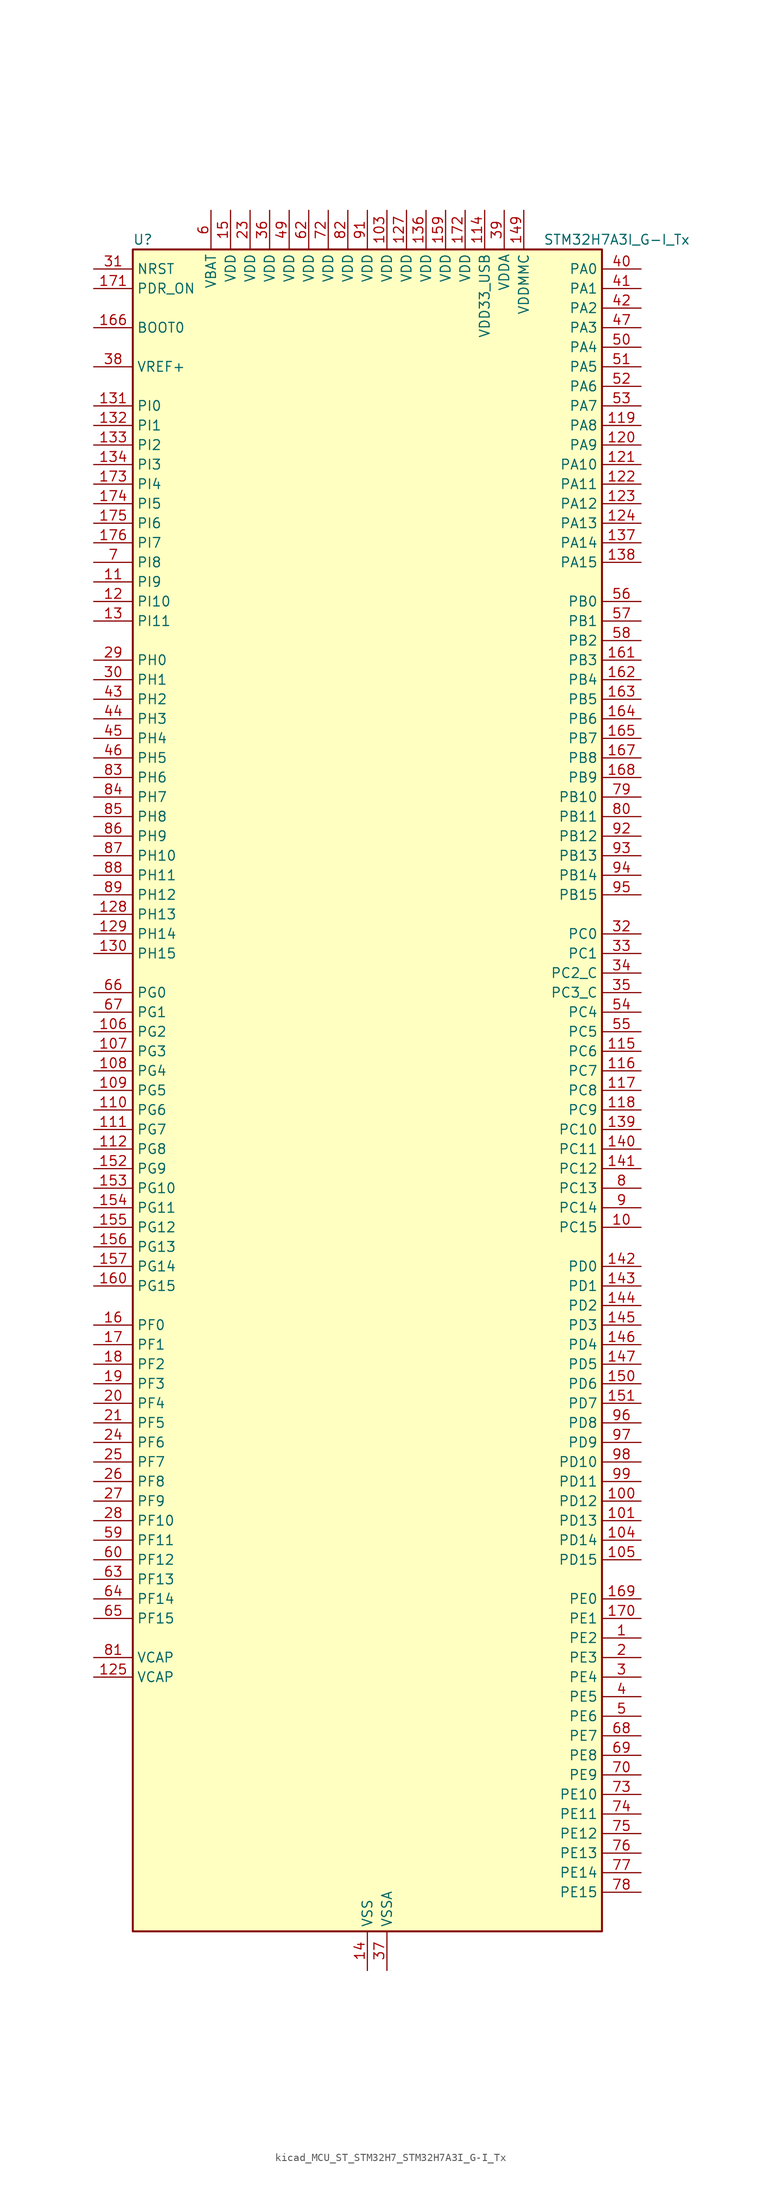
<source format=kicad_sym>
(kicad_symbol_lib
  (version 20220914)
  (generator kicad_symbol_editor)
  (symbol "kicad_MCU_ST_STM32H7_STM32H7A3I_G-I_Tx"
    (property "Reference" "U"
      (at -30.48 110.49 0)
      (effects (font (size 1.27 1.27)) (justify left)))
    (property "Value" "STM32H7A3I_G-I_Tx"
      (at 22.86 110.49 0)
      (effects (font (size 1.27 1.27)) (justify left)))
    (property "ki_locked" ""
      (at 0 0 0)
      (effects (font (size 1.27 1.27))))
    (symbol "kicad_MCU_ST_STM32H7_STM32H7A3I_G-I_Tx_0_1"
      (rectangle (start -30.48 -109.22) (end 30.48 109.22) (stroke (width 0.254) (type default)) (fill (type background))))
    (symbol "kicad_MCU_ST_STM32H7_STM32H7A3I_G-I_Tx_1_1"
      (pin bidirectional line (at 35.56 -71.12 180) (length 5.08) (name "PE2" (effects (font (size 1.27 1.27)))) (number "1" (effects (font (size 1.27 1.27)))) (alternate "DEBUG_TRACECLK" bidirectional line) (alternate "FMC_A23" bidirectional line) (alternate "OCTOSPIM_P1_IO2" bidirectional line) (alternate "SAI1_CK1" bidirectional line) (alternate "SAI1_MCLK_A" bidirectional line) (alternate "SPI4_SCK" bidirectional line) (alternate "USART10_RX" bidirectional line))
      (pin bidirectional line (at 35.56 -17.78 180) (length 5.08) (name "PC15" (effects (font (size 1.27 1.27)))) (number "10" (effects (font (size 1.27 1.27)))) (alternate "ADC1_EXTI15" bidirectional line) (alternate "ADC2_EXTI15" bidirectional line) (alternate "RCC_OSC32_OUT" bidirectional line))
      (pin bidirectional line (at 35.56 -53.34 180) (length 5.08) (name "PD12" (effects (font (size 1.27 1.27)))) (number "100" (effects (font (size 1.27 1.27)))) (alternate "DCMI_D12" bidirectional line) (alternate "FMC_A17" bidirectional line) (alternate "FMC_ALE" bidirectional line) (alternate "I2C4_SCL" bidirectional line) (alternate "LPTIM1_IN1" bidirectional line) (alternate "LPTIM2_IN1" bidirectional line) (alternate "OCTOSPIM_P1_IO1" bidirectional line) (alternate "PSSI_D12" bidirectional line) (alternate "SAI2_FS_A" bidirectional line) (alternate "TIM4_CH1" bidirectional line) (alternate "USART3_DE" bidirectional line) (alternate "USART3_RTS" bidirectional line))
      (pin bidirectional line (at 35.56 -55.88 180) (length 5.08) (name "PD13" (effects (font (size 1.27 1.27)))) (number "101" (effects (font (size 1.27 1.27)))) (alternate "DCMI_D13" bidirectional line) (alternate "FMC_A18" bidirectional line) (alternate "I2C4_SDA" bidirectional line) (alternate "LPTIM1_OUT" bidirectional line) (alternate "OCTOSPIM_P1_IO3" bidirectional line) (alternate "PSSI_D13" bidirectional line) (alternate "SAI2_SCK_A" bidirectional line) (alternate "TIM4_CH2" bidirectional line) (alternate "UART9_DE" bidirectional line) (alternate "UART9_RTS" bidirectional line))
      (pin passive line (at 0 -114.3 90) (length 5.08) hide (name "VSS" (effects (font (size 1.27 1.27)))) (number "102" (effects (font (size 1.27 1.27)))))
      (pin power_in line (at 2.54 114.3 270) (length 5.08) (name "VDD" (effects (font (size 1.27 1.27)))) (number "103" (effects (font (size 1.27 1.27)))))
      (pin bidirectional line (at 35.56 -58.42 180) (length 5.08) (name "PD14" (effects (font (size 1.27 1.27)))) (number "104" (effects (font (size 1.27 1.27)))) (alternate "FMC_D0" bidirectional line) (alternate "FMC_DA0" bidirectional line) (alternate "TIM4_CH3" bidirectional line) (alternate "UART8_CTS" bidirectional line) (alternate "UART9_RX" bidirectional line))
      (pin bidirectional line (at 35.56 -60.96 180) (length 5.08) (name "PD15" (effects (font (size 1.27 1.27)))) (number "105" (effects (font (size 1.27 1.27)))) (alternate "ADC1_EXTI15" bidirectional line) (alternate "ADC2_EXTI15" bidirectional line) (alternate "FMC_D1" bidirectional line) (alternate "FMC_DA1" bidirectional line) (alternate "TIM4_CH4" bidirectional line) (alternate "UART8_DE" bidirectional line) (alternate "UART8_RTS" bidirectional line) (alternate "UART9_TX" bidirectional line))
      (pin bidirectional line (at -35.56 7.62 0) (length 5.08) (name "PG2" (effects (font (size 1.27 1.27)))) (number "106" (effects (font (size 1.27 1.27)))) (alternate "FMC_A12" bidirectional line) (alternate "TIM8_BKIN" bidirectional line) (alternate "TIM8_BKIN_COMP1" bidirectional line) (alternate "TIM8_BKIN_COMP2" bidirectional line))
      (pin bidirectional line (at -35.56 5.08 0) (length 5.08) (name "PG3" (effects (font (size 1.27 1.27)))) (number "107" (effects (font (size 1.27 1.27)))) (alternate "FMC_A13" bidirectional line) (alternate "TIM8_BKIN2" bidirectional line) (alternate "TIM8_BKIN2_COMP1" bidirectional line) (alternate "TIM8_BKIN2_COMP2" bidirectional line))
      (pin bidirectional line (at -35.56 2.54 0) (length 5.08) (name "PG4" (effects (font (size 1.27 1.27)))) (number "108" (effects (font (size 1.27 1.27)))) (alternate "FMC_A14" bidirectional line) (alternate "FMC_BA0" bidirectional line) (alternate "TIM1_BKIN2" bidirectional line) (alternate "TIM1_BKIN2_COMP1" bidirectional line) (alternate "TIM1_BKIN2_COMP2" bidirectional line))
      (pin bidirectional line (at -35.56 0 0) (length 5.08) (name "PG5" (effects (font (size 1.27 1.27)))) (number "109" (effects (font (size 1.27 1.27)))) (alternate "FMC_A15" bidirectional line) (alternate "FMC_BA1" bidirectional line) (alternate "TIM1_ETR" bidirectional line))
      (pin bidirectional line (at -35.56 66.04 0) (length 5.08) (name "PI9" (effects (font (size 1.27 1.27)))) (number "11" (effects (font (size 1.27 1.27)))) (alternate "DAC1_EXTI9" bidirectional line) (alternate "FDCAN1_RX" bidirectional line) (alternate "FMC_D30" bidirectional line) (alternate "LTDC_VSYNC" bidirectional line) (alternate "OCTOSPIM_P2_IO0" bidirectional line) (alternate "UART4_RX" bidirectional line))
      (pin bidirectional line (at -35.56 -2.54 0) (length 5.08) (name "PG6" (effects (font (size 1.27 1.27)))) (number "110" (effects (font (size 1.27 1.27)))) (alternate "DCMI_D12" bidirectional line) (alternate "FMC_NE3" bidirectional line) (alternate "LTDC_R7" bidirectional line) (alternate "OCTOSPIM_P1_NCS" bidirectional line) (alternate "PSSI_D12" bidirectional line) (alternate "TIM17_BKIN" bidirectional line))
      (pin bidirectional line (at -35.56 -5.08 0) (length 5.08) (name "PG7" (effects (font (size 1.27 1.27)))) (number "111" (effects (font (size 1.27 1.27)))) (alternate "DCMI_D13" bidirectional line) (alternate "FMC_INT" bidirectional line) (alternate "LTDC_CLK" bidirectional line) (alternate "OCTOSPIM_P2_DQS" bidirectional line) (alternate "PSSI_D13" bidirectional line) (alternate "SAI1_MCLK_A" bidirectional line) (alternate "USART6_CK" bidirectional line))
      (pin bidirectional line (at -35.56 -7.62 0) (length 5.08) (name "PG8" (effects (font (size 1.27 1.27)))) (number "112" (effects (font (size 1.27 1.27)))) (alternate "FMC_SDCLK" bidirectional line) (alternate "I2S6_WS" bidirectional line) (alternate "LTDC_G7" bidirectional line) (alternate "SPDIFRX_IN2" bidirectional line) (alternate "SPI6_NSS" bidirectional line) (alternate "TIM8_ETR" bidirectional line) (alternate "USART6_DE" bidirectional line) (alternate "USART6_RTS" bidirectional line))
      (pin passive line (at 0 -114.3 90) (length 5.08) hide (name "VSS" (effects (font (size 1.27 1.27)))) (number "113" (effects (font (size 1.27 1.27)))))
      (pin power_in line (at 15.24 114.3 270) (length 5.08) (name "VDD33_USB" (effects (font (size 1.27 1.27)))) (number "114" (effects (font (size 1.27 1.27)))))
      (pin bidirectional line (at 35.56 5.08 180) (length 5.08) (name "PC6" (effects (font (size 1.27 1.27)))) (number "115" (effects (font (size 1.27 1.27)))) (alternate "DCMI_D0" bidirectional line) (alternate "DFSDM1_CKIN3" bidirectional line) (alternate "FMC_NWAIT" bidirectional line) (alternate "I2S2_MCK" bidirectional line) (alternate "LTDC_HSYNC" bidirectional line) (alternate "PSSI_D0" bidirectional line) (alternate "SDMMC1_D0DIR" bidirectional line) (alternate "SDMMC1_D6" bidirectional line) (alternate "SDMMC2_D6" bidirectional line) (alternate "SWPMI1_IO" bidirectional line) (alternate "TIM3_CH1" bidirectional line) (alternate "TIM8_CH1" bidirectional line) (alternate "USART6_TX" bidirectional line))
      (pin bidirectional line (at 35.56 2.54 180) (length 5.08) (name "PC7" (effects (font (size 1.27 1.27)))) (number "116" (effects (font (size 1.27 1.27)))) (alternate "DCMI_D1" bidirectional line) (alternate "DEBUG_TRGIO" bidirectional line) (alternate "DFSDM1_DATIN3" bidirectional line) (alternate "FMC_NE1" bidirectional line) (alternate "I2S3_MCK" bidirectional line) (alternate "LTDC_G6" bidirectional line) (alternate "PSSI_D1" bidirectional line) (alternate "SDMMC1_D123DIR" bidirectional line) (alternate "SDMMC1_D7" bidirectional line) (alternate "SDMMC2_D7" bidirectional line) (alternate "SWPMI1_TX" bidirectional line) (alternate "TIM3_CH2" bidirectional line) (alternate "TIM8_CH2" bidirectional line) (alternate "USART6_RX" bidirectional line))
      (pin bidirectional line (at 35.56 0 180) (length 5.08) (name "PC8" (effects (font (size 1.27 1.27)))) (number "117" (effects (font (size 1.27 1.27)))) (alternate "DCMI_D2" bidirectional line) (alternate "DEBUG_TRACED1" bidirectional line) (alternate "FMC_INT" bidirectional line) (alternate "FMC_NCE" bidirectional line) (alternate "FMC_NE2" bidirectional line) (alternate "PSSI_D2" bidirectional line) (alternate "SDMMC1_D0" bidirectional line) (alternate "SWPMI1_RX" bidirectional line) (alternate "TIM3_CH3" bidirectional line) (alternate "TIM8_CH3" bidirectional line) (alternate "UART5_DE" bidirectional line) (alternate "UART5_RTS" bidirectional line) (alternate "USART6_CK" bidirectional line))
      (pin bidirectional line (at 35.56 -2.54 180) (length 5.08) (name "PC9" (effects (font (size 1.27 1.27)))) (number "118" (effects (font (size 1.27 1.27)))) (alternate "DAC1_EXTI9" bidirectional line) (alternate "DCMI_D3" bidirectional line) (alternate "I2C3_SDA" bidirectional line) (alternate "I2S_CKIN" bidirectional line) (alternate "LTDC_B2" bidirectional line) (alternate "LTDC_G3" bidirectional line) (alternate "OCTOSPIM_P1_IO0" bidirectional line) (alternate "PSSI_D3" bidirectional line) (alternate "RCC_MCO_2" bidirectional line) (alternate "SDMMC1_D1" bidirectional line) (alternate "SWPMI1_SUSPEND" bidirectional line) (alternate "TIM3_CH4" bidirectional line) (alternate "TIM8_CH4" bidirectional line) (alternate "UART5_CTS" bidirectional line))
      (pin bidirectional line (at 35.56 86.36 180) (length 5.08) (name "PA8" (effects (font (size 1.27 1.27)))) (number "119" (effects (font (size 1.27 1.27)))) (alternate "I2C3_SCL" bidirectional line) (alternate "LTDC_B3" bidirectional line) (alternate "LTDC_R6" bidirectional line) (alternate "RCC_MCO_1" bidirectional line) (alternate "TIM1_CH1" bidirectional line) (alternate "TIM8_BKIN2" bidirectional line) (alternate "TIM8_BKIN2_COMP1" bidirectional line) (alternate "TIM8_BKIN2_COMP2" bidirectional line) (alternate "UART7_RX" bidirectional line) (alternate "USART1_CK" bidirectional line) (alternate "USB_OTG_HS_SOF" bidirectional line))
      (pin bidirectional line (at -35.56 63.5 0) (length 5.08) (name "PI10" (effects (font (size 1.27 1.27)))) (number "12" (effects (font (size 1.27 1.27)))) (alternate "FMC_D31" bidirectional line) (alternate "LTDC_HSYNC" bidirectional line) (alternate "OCTOSPIM_P2_IO1" bidirectional line) (alternate "PSSI_D14" bidirectional line))
      (pin bidirectional line (at 35.56 83.82 180) (length 5.08) (name "PA9" (effects (font (size 1.27 1.27)))) (number "120" (effects (font (size 1.27 1.27)))) (alternate "DAC1_EXTI9" bidirectional line) (alternate "DCMI_D0" bidirectional line) (alternate "I2C3_SMBA" bidirectional line) (alternate "I2S2_CK" bidirectional line) (alternate "LPUART1_TX" bidirectional line) (alternate "LTDC_R5" bidirectional line) (alternate "PSSI_D0" bidirectional line) (alternate "SPI2_SCK" bidirectional line) (alternate "TIM1_CH2" bidirectional line) (alternate "USART1_TX" bidirectional line) (alternate "USB_OTG_HS_VBUS" bidirectional line))
      (pin bidirectional line (at 35.56 81.28 180) (length 5.08) (name "PA10" (effects (font (size 1.27 1.27)))) (number "121" (effects (font (size 1.27 1.27)))) (alternate "DCMI_D1" bidirectional line) (alternate "LPUART1_RX" bidirectional line) (alternate "LTDC_B1" bidirectional line) (alternate "LTDC_B4" bidirectional line) (alternate "MDIOS_MDIO" bidirectional line) (alternate "PSSI_D1" bidirectional line) (alternate "TIM1_CH3" bidirectional line) (alternate "USART1_RX" bidirectional line) (alternate "USB_OTG_HS_ID" bidirectional line))
      (pin bidirectional line (at 35.56 78.74 180) (length 5.08) (name "PA11" (effects (font (size 1.27 1.27)))) (number "122" (effects (font (size 1.27 1.27)))) (alternate "ADC1_EXTI11" bidirectional line) (alternate "ADC2_EXTI11" bidirectional line) (alternate "FDCAN1_RX" bidirectional line) (alternate "I2S2_WS" bidirectional line) (alternate "LPUART1_CTS" bidirectional line) (alternate "LTDC_R4" bidirectional line) (alternate "SPI2_NSS" bidirectional line) (alternate "TIM1_CH4" bidirectional line) (alternate "UART4_RX" bidirectional line) (alternate "USART1_CTS" bidirectional line) (alternate "USART1_NSS" bidirectional line) (alternate "USB_OTG_HS_DM" bidirectional line))
      (pin bidirectional line (at 35.56 76.2 180) (length 5.08) (name "PA12" (effects (font (size 1.27 1.27)))) (number "123" (effects (font (size 1.27 1.27)))) (alternate "FDCAN1_TX" bidirectional line) (alternate "I2S2_CK" bidirectional line) (alternate "LPUART1_DE" bidirectional line) (alternate "LPUART1_RTS" bidirectional line) (alternate "LTDC_R5" bidirectional line) (alternate "SAI2_FS_B" bidirectional line) (alternate "SPI2_SCK" bidirectional line) (alternate "TIM1_ETR" bidirectional line) (alternate "UART4_TX" bidirectional line) (alternate "USART1_DE" bidirectional line) (alternate "USART1_RTS" bidirectional line) (alternate "USB_OTG_HS_DP" bidirectional line))
      (pin bidirectional line (at 35.56 73.66 180) (length 5.08) (name "PA13" (effects (font (size 1.27 1.27)))) (number "124" (effects (font (size 1.27 1.27)))) (alternate "DEBUG_JTMS-SWDIO" bidirectional line))
      (pin power_out line (at -35.56 -76.2 0) (length 5.08) (name "VCAP" (effects (font (size 1.27 1.27)))) (number "125" (effects (font (size 1.27 1.27)))))
      (pin passive line (at 0 -114.3 90) (length 5.08) hide (name "VSS" (effects (font (size 1.27 1.27)))) (number "126" (effects (font (size 1.27 1.27)))))
      (pin power_in line (at 5.08 114.3 270) (length 5.08) (name "VDD" (effects (font (size 1.27 1.27)))) (number "127" (effects (font (size 1.27 1.27)))))
      (pin bidirectional line (at -35.56 22.86 0) (length 5.08) (name "PH13" (effects (font (size 1.27 1.27)))) (number "128" (effects (font (size 1.27 1.27)))) (alternate "FDCAN1_TX" bidirectional line) (alternate "FMC_D21" bidirectional line) (alternate "LTDC_G2" bidirectional line) (alternate "TIM8_CH1N" bidirectional line) (alternate "UART4_TX" bidirectional line))
      (pin bidirectional line (at -35.56 20.32 0) (length 5.08) (name "PH14" (effects (font (size 1.27 1.27)))) (number "129" (effects (font (size 1.27 1.27)))) (alternate "DCMI_D4" bidirectional line) (alternate "FDCAN1_RX" bidirectional line) (alternate "FMC_D22" bidirectional line) (alternate "LTDC_G3" bidirectional line) (alternate "PSSI_D4" bidirectional line) (alternate "TIM8_CH2N" bidirectional line) (alternate "UART4_RX" bidirectional line))
      (pin bidirectional line (at -35.56 60.96 0) (length 5.08) (name "PI11" (effects (font (size 1.27 1.27)))) (number "13" (effects (font (size 1.27 1.27)))) (alternate "ADC1_EXTI11" bidirectional line) (alternate "ADC2_EXTI11" bidirectional line) (alternate "LTDC_G6" bidirectional line) (alternate "OCTOSPIM_P2_IO2" bidirectional line) (alternate "PSSI_D15" bidirectional line) (alternate "PWR_WKUP5" bidirectional line) (alternate "USB_OTG_HS_ULPI_DIR" bidirectional line))
      (pin bidirectional line (at -35.56 17.78 0) (length 5.08) (name "PH15" (effects (font (size 1.27 1.27)))) (number "130" (effects (font (size 1.27 1.27)))) (alternate "ADC1_EXTI15" bidirectional line) (alternate "ADC2_EXTI15" bidirectional line) (alternate "DCMI_D11" bidirectional line) (alternate "FMC_D23" bidirectional line) (alternate "LTDC_G4" bidirectional line) (alternate "PSSI_D11" bidirectional line) (alternate "TIM8_CH3N" bidirectional line))
      (pin bidirectional line (at -35.56 88.9 0) (length 5.08) (name "PI0" (effects (font (size 1.27 1.27)))) (number "131" (effects (font (size 1.27 1.27)))) (alternate "DCMI_D13" bidirectional line) (alternate "FMC_D24" bidirectional line) (alternate "I2S2_WS" bidirectional line) (alternate "LTDC_G5" bidirectional line) (alternate "PSSI_D13" bidirectional line) (alternate "SPI2_NSS" bidirectional line) (alternate "TIM5_CH4" bidirectional line))
      (pin bidirectional line (at -35.56 86.36 0) (length 5.08) (name "PI1" (effects (font (size 1.27 1.27)))) (number "132" (effects (font (size 1.27 1.27)))) (alternate "DCMI_D8" bidirectional line) (alternate "FMC_D25" bidirectional line) (alternate "I2S2_CK" bidirectional line) (alternate "LTDC_G6" bidirectional line) (alternate "PSSI_D8" bidirectional line) (alternate "SPI2_SCK" bidirectional line) (alternate "TIM8_BKIN2" bidirectional line) (alternate "TIM8_BKIN2_COMP1" bidirectional line) (alternate "TIM8_BKIN2_COMP2" bidirectional line))
      (pin bidirectional line (at -35.56 83.82 0) (length 5.08) (name "PI2" (effects (font (size 1.27 1.27)))) (number "133" (effects (font (size 1.27 1.27)))) (alternate "DCMI_D9" bidirectional line) (alternate "FMC_D26" bidirectional line) (alternate "I2S2_SDI" bidirectional line) (alternate "LTDC_G7" bidirectional line) (alternate "PSSI_D9" bidirectional line) (alternate "SPI2_MISO" bidirectional line) (alternate "TIM8_CH4" bidirectional line))
      (pin bidirectional line (at -35.56 81.28 0) (length 5.08) (name "PI3" (effects (font (size 1.27 1.27)))) (number "134" (effects (font (size 1.27 1.27)))) (alternate "DCMI_D10" bidirectional line) (alternate "FMC_D27" bidirectional line) (alternate "I2S2_SDO" bidirectional line) (alternate "PSSI_D10" bidirectional line) (alternate "SPI2_MOSI" bidirectional line) (alternate "TIM8_ETR" bidirectional line))
      (pin passive line (at 0 -114.3 90) (length 5.08) hide (name "VSS" (effects (font (size 1.27 1.27)))) (number "135" (effects (font (size 1.27 1.27)))))
      (pin power_in line (at 7.62 114.3 270) (length 5.08) (name "VDD" (effects (font (size 1.27 1.27)))) (number "136" (effects (font (size 1.27 1.27)))))
      (pin bidirectional line (at 35.56 71.12 180) (length 5.08) (name "PA14" (effects (font (size 1.27 1.27)))) (number "137" (effects (font (size 1.27 1.27)))) (alternate "DEBUG_JTCK-SWCLK" bidirectional line))
      (pin bidirectional line (at 35.56 68.58 180) (length 5.08) (name "PA15" (effects (font (size 1.27 1.27)))) (number "138" (effects (font (size 1.27 1.27)))) (alternate "ADC1_EXTI15" bidirectional line) (alternate "ADC2_EXTI15" bidirectional line) (alternate "CEC" bidirectional line) (alternate "DEBUG_JTDI" bidirectional line) (alternate "I2S1_WS" bidirectional line) (alternate "I2S3_WS" bidirectional line) (alternate "I2S6_WS" bidirectional line) (alternate "LTDC_B6" bidirectional line) (alternate "LTDC_R3" bidirectional line) (alternate "SPI1_NSS" bidirectional line) (alternate "SPI3_NSS" bidirectional line) (alternate "SPI6_NSS" bidirectional line) (alternate "TIM2_CH1" bidirectional line) (alternate "TIM2_ETR" bidirectional line) (alternate "UART4_DE" bidirectional line) (alternate "UART4_RTS" bidirectional line) (alternate "UART7_TX" bidirectional line))
      (pin bidirectional line (at 35.56 -5.08 180) (length 5.08) (name "PC10" (effects (font (size 1.27 1.27)))) (number "139" (effects (font (size 1.27 1.27)))) (alternate "DCMI_D8" bidirectional line) (alternate "DFSDM1_CKIN5" bidirectional line) (alternate "DFSDM2_CKIN0" bidirectional line) (alternate "I2S3_CK" bidirectional line) (alternate "LTDC_B1" bidirectional line) (alternate "LTDC_R2" bidirectional line) (alternate "OCTOSPIM_P1_IO1" bidirectional line) (alternate "PSSI_D8" bidirectional line) (alternate "SDMMC1_D2" bidirectional line) (alternate "SPI3_SCK" bidirectional line) (alternate "SWPMI1_RX" bidirectional line) (alternate "UART4_TX" bidirectional line) (alternate "USART3_TX" bidirectional line))
      (pin power_in line (at 0 -114.3 90) (length 5.08) (name "VSS" (effects (font (size 1.27 1.27)))) (number "14" (effects (font (size 1.27 1.27)))))
      (pin bidirectional line (at 35.56 -7.62 180) (length 5.08) (name "PC11" (effects (font (size 1.27 1.27)))) (number "140" (effects (font (size 1.27 1.27)))) (alternate "ADC1_EXTI11" bidirectional line) (alternate "ADC2_EXTI11" bidirectional line) (alternate "DCMI_D4" bidirectional line) (alternate "DFSDM1_DATIN5" bidirectional line) (alternate "DFSDM2_DATIN0" bidirectional line) (alternate "I2S3_SDI" bidirectional line) (alternate "LTDC_B4" bidirectional line) (alternate "OCTOSPIM_P1_NCS" bidirectional line) (alternate "PSSI_D4" bidirectional line) (alternate "SDMMC1_D3" bidirectional line) (alternate "SPI3_MISO" bidirectional line) (alternate "UART4_RX" bidirectional line) (alternate "USART3_RX" bidirectional line))
      (pin bidirectional line (at 35.56 -10.16 180) (length 5.08) (name "PC12" (effects (font (size 1.27 1.27)))) (number "141" (effects (font (size 1.27 1.27)))) (alternate "DCMI_D9" bidirectional line) (alternate "DEBUG_TRACED3" bidirectional line) (alternate "DFSDM2_CKOUT" bidirectional line) (alternate "I2S3_SDO" bidirectional line) (alternate "I2S6_CK" bidirectional line) (alternate "LTDC_R6" bidirectional line) (alternate "PSSI_D9" bidirectional line) (alternate "SDMMC1_CK" bidirectional line) (alternate "SPI3_MOSI" bidirectional line) (alternate "SPI6_SCK" bidirectional line) (alternate "TIM15_CH1" bidirectional line) (alternate "UART5_TX" bidirectional line) (alternate "USART3_CK" bidirectional line))
      (pin bidirectional line (at 35.56 -22.86 180) (length 5.08) (name "PD0" (effects (font (size 1.27 1.27)))) (number "142" (effects (font (size 1.27 1.27)))) (alternate "DFSDM1_CKIN6" bidirectional line) (alternate "FDCAN1_RX" bidirectional line) (alternate "FMC_D2" bidirectional line) (alternate "FMC_DA2" bidirectional line) (alternate "LTDC_B1" bidirectional line) (alternate "UART4_RX" bidirectional line) (alternate "UART9_CTS" bidirectional line))
      (pin bidirectional line (at 35.56 -25.4 180) (length 5.08) (name "PD1" (effects (font (size 1.27 1.27)))) (number "143" (effects (font (size 1.27 1.27)))) (alternate "DFSDM1_DATIN6" bidirectional line) (alternate "FDCAN1_TX" bidirectional line) (alternate "FMC_D3" bidirectional line) (alternate "FMC_DA3" bidirectional line) (alternate "UART4_TX" bidirectional line))
      (pin bidirectional line (at 35.56 -27.94 180) (length 5.08) (name "PD2" (effects (font (size 1.27 1.27)))) (number "144" (effects (font (size 1.27 1.27)))) (alternate "DCMI_D11" bidirectional line) (alternate "DEBUG_TRACED2" bidirectional line) (alternate "LTDC_B2" bidirectional line) (alternate "LTDC_B7" bidirectional line) (alternate "PSSI_D11" bidirectional line) (alternate "SDMMC1_CMD" bidirectional line) (alternate "TIM15_BKIN" bidirectional line) (alternate "TIM3_ETR" bidirectional line) (alternate "UART5_RX" bidirectional line))
      (pin bidirectional line (at 35.56 -30.48 180) (length 5.08) (name "PD3" (effects (font (size 1.27 1.27)))) (number "145" (effects (font (size 1.27 1.27)))) (alternate "DCMI_D5" bidirectional line) (alternate "DFSDM1_CKOUT" bidirectional line) (alternate "FMC_CLK" bidirectional line) (alternate "I2S2_CK" bidirectional line) (alternate "LTDC_G7" bidirectional line) (alternate "PSSI_D5" bidirectional line) (alternate "SPI2_SCK" bidirectional line) (alternate "USART2_CTS" bidirectional line) (alternate "USART2_NSS" bidirectional line))
      (pin bidirectional line (at 35.56 -33.02 180) (length 5.08) (name "PD4" (effects (font (size 1.27 1.27)))) (number "146" (effects (font (size 1.27 1.27)))) (alternate "FMC_NOE" bidirectional line) (alternate "OCTOSPIM_P1_IO4" bidirectional line) (alternate "USART2_DE" bidirectional line) (alternate "USART2_RTS" bidirectional line))
      (pin bidirectional line (at 35.56 -35.56 180) (length 5.08) (name "PD5" (effects (font (size 1.27 1.27)))) (number "147" (effects (font (size 1.27 1.27)))) (alternate "FMC_NWE" bidirectional line) (alternate "OCTOSPIM_P1_IO5" bidirectional line) (alternate "USART2_TX" bidirectional line))
      (pin passive line (at 0 -114.3 90) (length 5.08) hide (name "VSS" (effects (font (size 1.27 1.27)))) (number "148" (effects (font (size 1.27 1.27)))))
      (pin power_in line (at 20.32 114.3 270) (length 5.08) (name "VDDMMC" (effects (font (size 1.27 1.27)))) (number "149" (effects (font (size 1.27 1.27)))))
      (pin power_in line (at -17.78 114.3 270) (length 5.08) (name "VDD" (effects (font (size 1.27 1.27)))) (number "15" (effects (font (size 1.27 1.27)))))
      (pin bidirectional line (at 35.56 -38.1 180) (length 5.08) (name "PD6" (effects (font (size 1.27 1.27)))) (number "150" (effects (font (size 1.27 1.27)))) (alternate "DCMI_D10" bidirectional line) (alternate "DFSDM1_CKIN4" bidirectional line) (alternate "DFSDM1_DATIN1" bidirectional line) (alternate "FMC_NWAIT" bidirectional line) (alternate "I2S3_SDO" bidirectional line) (alternate "LTDC_B2" bidirectional line) (alternate "OCTOSPIM_P1_IO6" bidirectional line) (alternate "PSSI_D10" bidirectional line) (alternate "SAI1_D1" bidirectional line) (alternate "SAI1_SD_A" bidirectional line) (alternate "SDMMC2_CK" bidirectional line) (alternate "SPI3_MOSI" bidirectional line) (alternate "USART2_RX" bidirectional line))
      (pin bidirectional line (at 35.56 -40.64 180) (length 5.08) (name "PD7" (effects (font (size 1.27 1.27)))) (number "151" (effects (font (size 1.27 1.27)))) (alternate "DFSDM1_CKIN1" bidirectional line) (alternate "DFSDM1_DATIN4" bidirectional line) (alternate "FMC_NE1" bidirectional line) (alternate "I2S1_SDO" bidirectional line) (alternate "OCTOSPIM_P1_IO7" bidirectional line) (alternate "SDMMC2_CMD" bidirectional line) (alternate "SPDIFRX_IN0" bidirectional line) (alternate "SPI1_MOSI" bidirectional line) (alternate "USART2_CK" bidirectional line))
      (pin bidirectional line (at -35.56 -10.16 0) (length 5.08) (name "PG9" (effects (font (size 1.27 1.27)))) (number "152" (effects (font (size 1.27 1.27)))) (alternate "DAC1_EXTI9" bidirectional line) (alternate "DCMI_VSYNC" bidirectional line) (alternate "FMC_NCE" bidirectional line) (alternate "FMC_NE2" bidirectional line) (alternate "I2S1_SDI" bidirectional line) (alternate "OCTOSPIM_P1_IO6" bidirectional line) (alternate "PSSI_RDY" bidirectional line) (alternate "SAI2_FS_B" bidirectional line) (alternate "SDMMC2_D0" bidirectional line) (alternate "SPDIFRX_IN3" bidirectional line) (alternate "SPI1_MISO" bidirectional line) (alternate "USART6_RX" bidirectional line))
      (pin bidirectional line (at -35.56 -12.7 0) (length 5.08) (name "PG10" (effects (font (size 1.27 1.27)))) (number "153" (effects (font (size 1.27 1.27)))) (alternate "DCMI_D2" bidirectional line) (alternate "FMC_NE3" bidirectional line) (alternate "I2S1_WS" bidirectional line) (alternate "LTDC_B2" bidirectional line) (alternate "LTDC_G3" bidirectional line) (alternate "OCTOSPIM_P2_IO6" bidirectional line) (alternate "PSSI_D2" bidirectional line) (alternate "SAI2_SD_B" bidirectional line) (alternate "SDMMC2_D1" bidirectional line) (alternate "SPI1_NSS" bidirectional line))
      (pin bidirectional line (at -35.56 -15.24 0) (length 5.08) (name "PG11" (effects (font (size 1.27 1.27)))) (number "154" (effects (font (size 1.27 1.27)))) (alternate "ADC1_EXTI11" bidirectional line) (alternate "ADC2_EXTI11" bidirectional line) (alternate "DCMI_D3" bidirectional line) (alternate "I2S1_CK" bidirectional line) (alternate "LPTIM1_IN2" bidirectional line) (alternate "LTDC_B3" bidirectional line) (alternate "OCTOSPIM_P2_IO7" bidirectional line) (alternate "PSSI_D3" bidirectional line) (alternate "SDMMC2_D2" bidirectional line) (alternate "SPDIFRX_IN0" bidirectional line) (alternate "SPI1_SCK" bidirectional line) (alternate "USART10_RX" bidirectional line))
      (pin bidirectional line (at -35.56 -17.78 0) (length 5.08) (name "PG12" (effects (font (size 1.27 1.27)))) (number "155" (effects (font (size 1.27 1.27)))) (alternate "FMC_NE4" bidirectional line) (alternate "I2S6_SDI" bidirectional line) (alternate "LPTIM1_IN1" bidirectional line) (alternate "LTDC_B1" bidirectional line) (alternate "LTDC_B4" bidirectional line) (alternate "OCTOSPIM_P2_NCS" bidirectional line) (alternate "SDMMC2_D3" bidirectional line) (alternate "SPDIFRX_IN1" bidirectional line) (alternate "SPI6_MISO" bidirectional line) (alternate "USART10_TX" bidirectional line) (alternate "USART6_DE" bidirectional line) (alternate "USART6_RTS" bidirectional line))
      (pin bidirectional line (at -35.56 -20.32 0) (length 5.08) (name "PG13" (effects (font (size 1.27 1.27)))) (number "156" (effects (font (size 1.27 1.27)))) (alternate "DEBUG_TRACED0" bidirectional line) (alternate "FMC_A24" bidirectional line) (alternate "I2S6_CK" bidirectional line) (alternate "LPTIM1_OUT" bidirectional line) (alternate "LTDC_R0" bidirectional line) (alternate "SDMMC2_D6" bidirectional line) (alternate "SPI6_SCK" bidirectional line) (alternate "USART10_CTS" bidirectional line) (alternate "USART10_NSS" bidirectional line) (alternate "USART6_CTS" bidirectional line) (alternate "USART6_NSS" bidirectional line))
      (pin bidirectional line (at -35.56 -22.86 0) (length 5.08) (name "PG14" (effects (font (size 1.27 1.27)))) (number "157" (effects (font (size 1.27 1.27)))) (alternate "DEBUG_TRACED1" bidirectional line) (alternate "FMC_A25" bidirectional line) (alternate "I2S6_SDO" bidirectional line) (alternate "LPTIM1_ETR" bidirectional line) (alternate "LTDC_B0" bidirectional line) (alternate "OCTOSPIM_P1_IO7" bidirectional line) (alternate "SDMMC2_D7" bidirectional line) (alternate "SPI6_MOSI" bidirectional line) (alternate "USART10_DE" bidirectional line) (alternate "USART10_RTS" bidirectional line) (alternate "USART6_TX" bidirectional line))
      (pin passive line (at 0 -114.3 90) (length 5.08) hide (name "VSS" (effects (font (size 1.27 1.27)))) (number "158" (effects (font (size 1.27 1.27)))))
      (pin power_in line (at 10.16 114.3 270) (length 5.08) (name "VDD" (effects (font (size 1.27 1.27)))) (number "159" (effects (font (size 1.27 1.27)))))
      (pin bidirectional line (at -35.56 -30.48 0) (length 5.08) (name "PF0" (effects (font (size 1.27 1.27)))) (number "16" (effects (font (size 1.27 1.27)))) (alternate "FMC_A0" bidirectional line) (alternate "I2C2_SDA" bidirectional line) (alternate "OCTOSPIM_P2_IO0" bidirectional line))
      (pin bidirectional line (at -35.56 -25.4 0) (length 5.08) (name "PG15" (effects (font (size 1.27 1.27)))) (number "160" (effects (font (size 1.27 1.27)))) (alternate "ADC1_EXTI15" bidirectional line) (alternate "ADC2_EXTI15" bidirectional line) (alternate "DCMI_D13" bidirectional line) (alternate "FMC_SDNCAS" bidirectional line) (alternate "OCTOSPIM_P2_DQS" bidirectional line) (alternate "PSSI_D13" bidirectional line) (alternate "USART10_CK" bidirectional line) (alternate "USART6_CTS" bidirectional line) (alternate "USART6_NSS" bidirectional line))
      (pin bidirectional line (at 35.56 55.88 180) (length 5.08) (name "PB3" (effects (font (size 1.27 1.27)))) (number "161" (effects (font (size 1.27 1.27)))) (alternate "CRS_SYNC" bidirectional line) (alternate "DEBUG_JTDO-SWO" bidirectional line) (alternate "I2S1_CK" bidirectional line) (alternate "I2S3_CK" bidirectional line) (alternate "I2S6_CK" bidirectional line) (alternate "SDMMC2_D2" bidirectional line) (alternate "SPI1_SCK" bidirectional line) (alternate "SPI3_SCK" bidirectional line) (alternate "SPI6_SCK" bidirectional line) (alternate "TIM2_CH2" bidirectional line) (alternate "UART7_RX" bidirectional line))
      (pin bidirectional line (at 35.56 53.34 180) (length 5.08) (name "PB4" (effects (font (size 1.27 1.27)))) (number "162" (effects (font (size 1.27 1.27)))) (alternate "DEBUG_JTRST" bidirectional line) (alternate "I2S1_SDI" bidirectional line) (alternate "I2S2_WS" bidirectional line) (alternate "I2S3_SDI" bidirectional line) (alternate "I2S6_SDI" bidirectional line) (alternate "SDMMC2_D3" bidirectional line) (alternate "SPI1_MISO" bidirectional line) (alternate "SPI2_NSS" bidirectional line) (alternate "SPI3_MISO" bidirectional line) (alternate "SPI6_MISO" bidirectional line) (alternate "TIM16_BKIN" bidirectional line) (alternate "TIM3_CH1" bidirectional line) (alternate "UART7_TX" bidirectional line))
      (pin bidirectional line (at 35.56 50.8 180) (length 5.08) (name "PB5" (effects (font (size 1.27 1.27)))) (number "163" (effects (font (size 1.27 1.27)))) (alternate "DCMI_D10" bidirectional line) (alternate "FDCAN2_RX" bidirectional line) (alternate "FMC_SDCKE1" bidirectional line) (alternate "I2C1_SMBA" bidirectional line) (alternate "I2C4_SMBA" bidirectional line) (alternate "I2S1_SDO" bidirectional line) (alternate "I2S3_SDO" bidirectional line) (alternate "I2S6_SDO" bidirectional line) (alternate "LTDC_B5" bidirectional line) (alternate "PSSI_D10" bidirectional line) (alternate "SPI1_MOSI" bidirectional line) (alternate "SPI3_MOSI" bidirectional line) (alternate "SPI6_MOSI" bidirectional line) (alternate "TIM17_BKIN" bidirectional line) (alternate "TIM3_CH2" bidirectional line) (alternate "UART5_RX" bidirectional line) (alternate "USB_OTG_HS_ULPI_D7" bidirectional line))
      (pin bidirectional line (at 35.56 48.26 180) (length 5.08) (name "PB6" (effects (font (size 1.27 1.27)))) (number "164" (effects (font (size 1.27 1.27)))) (alternate "CEC" bidirectional line) (alternate "DCMI_D5" bidirectional line) (alternate "DFSDM1_DATIN5" bidirectional line) (alternate "FDCAN2_TX" bidirectional line) (alternate "FMC_SDNE1" bidirectional line) (alternate "I2C1_SCL" bidirectional line) (alternate "I2C4_SCL" bidirectional line) (alternate "LPUART1_TX" bidirectional line) (alternate "OCTOSPIM_P1_NCS" bidirectional line) (alternate "PSSI_D5" bidirectional line) (alternate "TIM16_CH1N" bidirectional line) (alternate "TIM4_CH1" bidirectional line) (alternate "UART5_TX" bidirectional line) (alternate "USART1_TX" bidirectional line))
      (pin bidirectional line (at 35.56 45.72 180) (length 5.08) (name "PB7" (effects (font (size 1.27 1.27)))) (number "165" (effects (font (size 1.27 1.27)))) (alternate "DCMI_VSYNC" bidirectional line) (alternate "DFSDM1_CKIN5" bidirectional line) (alternate "FMC_NL" bidirectional line) (alternate "I2C1_SDA" bidirectional line) (alternate "I2C4_SDA" bidirectional line) (alternate "LPUART1_RX" bidirectional line) (alternate "PSSI_RDY" bidirectional line) (alternate "PWR_PVD_IN" bidirectional line) (alternate "TIM17_CH1N" bidirectional line) (alternate "TIM4_CH2" bidirectional line) (alternate "USART1_RX" bidirectional line))
      (pin input line (at -35.56 99.06 0) (length 5.08) (name "BOOT0" (effects (font (size 1.27 1.27)))) (number "166" (effects (font (size 1.27 1.27)))))
      (pin bidirectional line (at 35.56 43.18 180) (length 5.08) (name "PB8" (effects (font (size 1.27 1.27)))) (number "167" (effects (font (size 1.27 1.27)))) (alternate "DCMI_D6" bidirectional line) (alternate "DFSDM1_CKIN7" bidirectional line) (alternate "FDCAN1_RX" bidirectional line) (alternate "I2C1_SCL" bidirectional line) (alternate "I2C4_SCL" bidirectional line) (alternate "LTDC_B6" bidirectional line) (alternate "PSSI_D6" bidirectional line) (alternate "SDMMC1_CKIN" bidirectional line) (alternate "SDMMC1_D4" bidirectional line) (alternate "SDMMC2_D4" bidirectional line) (alternate "TIM16_CH1" bidirectional line) (alternate "TIM4_CH3" bidirectional line) (alternate "UART4_RX" bidirectional line))
      (pin bidirectional line (at 35.56 40.64 180) (length 5.08) (name "PB9" (effects (font (size 1.27 1.27)))) (number "168" (effects (font (size 1.27 1.27)))) (alternate "DAC1_EXTI9" bidirectional line) (alternate "DCMI_D7" bidirectional line) (alternate "DFSDM1_DATIN7" bidirectional line) (alternate "FDCAN1_TX" bidirectional line) (alternate "I2C1_SDA" bidirectional line) (alternate "I2C4_SDA" bidirectional line) (alternate "I2C4_SMBA" bidirectional line) (alternate "I2S2_WS" bidirectional line) (alternate "LTDC_B7" bidirectional line) (alternate "PSSI_D7" bidirectional line) (alternate "SDMMC1_CDIR" bidirectional line) (alternate "SDMMC1_D5" bidirectional line) (alternate "SDMMC2_D5" bidirectional line) (alternate "SPI2_NSS" bidirectional line) (alternate "TIM17_CH1" bidirectional line) (alternate "TIM4_CH4" bidirectional line) (alternate "UART4_TX" bidirectional line))
      (pin bidirectional line (at 35.56 -66.04 180) (length 5.08) (name "PE0" (effects (font (size 1.27 1.27)))) (number "169" (effects (font (size 1.27 1.27)))) (alternate "DCMI_D2" bidirectional line) (alternate "FMC_NBL0" bidirectional line) (alternate "LPTIM1_ETR" bidirectional line) (alternate "LPTIM2_ETR" bidirectional line) (alternate "LTDC_R0" bidirectional line) (alternate "PSSI_D2" bidirectional line) (alternate "SAI2_MCLK_A" bidirectional line) (alternate "TIM4_ETR" bidirectional line) (alternate "UART8_RX" bidirectional line))
      (pin bidirectional line (at -35.56 -33.02 0) (length 5.08) (name "PF1" (effects (font (size 1.27 1.27)))) (number "17" (effects (font (size 1.27 1.27)))) (alternate "FMC_A1" bidirectional line) (alternate "I2C2_SCL" bidirectional line) (alternate "OCTOSPIM_P2_IO1" bidirectional line))
      (pin bidirectional line (at 35.56 -68.58 180) (length 5.08) (name "PE1" (effects (font (size 1.27 1.27)))) (number "170" (effects (font (size 1.27 1.27)))) (alternate "DCMI_D3" bidirectional line) (alternate "FMC_NBL1" bidirectional line) (alternate "LPTIM1_IN2" bidirectional line) (alternate "LTDC_R6" bidirectional line) (alternate "PSSI_D3" bidirectional line) (alternate "UART8_TX" bidirectional line))
      (pin input line (at -35.56 104.14 0) (length 5.08) (name "PDR_ON" (effects (font (size 1.27 1.27)))) (number "171" (effects (font (size 1.27 1.27)))))
      (pin power_in line (at 12.7 114.3 270) (length 5.08) (name "VDD" (effects (font (size 1.27 1.27)))) (number "172" (effects (font (size 1.27 1.27)))))
      (pin bidirectional line (at -35.56 78.74 0) (length 5.08) (name "PI4" (effects (font (size 1.27 1.27)))) (number "173" (effects (font (size 1.27 1.27)))) (alternate "DCMI_D5" bidirectional line) (alternate "FMC_NBL2" bidirectional line) (alternate "LTDC_B4" bidirectional line) (alternate "PSSI_D5" bidirectional line) (alternate "SAI2_MCLK_A" bidirectional line) (alternate "TIM8_BKIN" bidirectional line) (alternate "TIM8_BKIN_COMP1" bidirectional line) (alternate "TIM8_BKIN_COMP2" bidirectional line))
      (pin bidirectional line (at -35.56 76.2 0) (length 5.08) (name "PI5" (effects (font (size 1.27 1.27)))) (number "174" (effects (font (size 1.27 1.27)))) (alternate "DCMI_VSYNC" bidirectional line) (alternate "FMC_NBL3" bidirectional line) (alternate "LTDC_B5" bidirectional line) (alternate "PSSI_RDY" bidirectional line) (alternate "SAI2_SCK_A" bidirectional line) (alternate "TIM8_CH1" bidirectional line))
      (pin bidirectional line (at -35.56 73.66 0) (length 5.08) (name "PI6" (effects (font (size 1.27 1.27)))) (number "175" (effects (font (size 1.27 1.27)))) (alternate "DCMI_D6" bidirectional line) (alternate "FMC_D28" bidirectional line) (alternate "LTDC_B6" bidirectional line) (alternate "PSSI_D6" bidirectional line) (alternate "SAI2_SD_A" bidirectional line) (alternate "TIM8_CH2" bidirectional line))
      (pin bidirectional line (at -35.56 71.12 0) (length 5.08) (name "PI7" (effects (font (size 1.27 1.27)))) (number "176" (effects (font (size 1.27 1.27)))) (alternate "DCMI_D7" bidirectional line) (alternate "FMC_D29" bidirectional line) (alternate "LTDC_B7" bidirectional line) (alternate "PSSI_D7" bidirectional line) (alternate "SAI2_FS_A" bidirectional line) (alternate "TIM8_CH3" bidirectional line))
      (pin bidirectional line (at -35.56 -35.56 0) (length 5.08) (name "PF2" (effects (font (size 1.27 1.27)))) (number "18" (effects (font (size 1.27 1.27)))) (alternate "FMC_A2" bidirectional line) (alternate "I2C2_SMBA" bidirectional line) (alternate "OCTOSPIM_P2_IO2" bidirectional line))
      (pin bidirectional line (at -35.56 -38.1 0) (length 5.08) (name "PF3" (effects (font (size 1.27 1.27)))) (number "19" (effects (font (size 1.27 1.27)))) (alternate "FMC_A3" bidirectional line) (alternate "OCTOSPIM_P2_IO3" bidirectional line))
      (pin bidirectional line (at 35.56 -73.66 180) (length 5.08) (name "PE3" (effects (font (size 1.27 1.27)))) (number "2" (effects (font (size 1.27 1.27)))) (alternate "DEBUG_TRACED0" bidirectional line) (alternate "FMC_A19" bidirectional line) (alternate "SAI1_SD_B" bidirectional line) (alternate "TIM15_BKIN" bidirectional line) (alternate "USART10_TX" bidirectional line))
      (pin bidirectional line (at -35.56 -40.64 0) (length 5.08) (name "PF4" (effects (font (size 1.27 1.27)))) (number "20" (effects (font (size 1.27 1.27)))) (alternate "FMC_A4" bidirectional line) (alternate "OCTOSPIM_P2_CLK" bidirectional line))
      (pin bidirectional line (at -35.56 -43.18 0) (length 5.08) (name "PF5" (effects (font (size 1.27 1.27)))) (number "21" (effects (font (size 1.27 1.27)))) (alternate "FMC_A5" bidirectional line) (alternate "OCTOSPIM_P2_NCLK" bidirectional line))
      (pin passive line (at 0 -114.3 90) (length 5.08) hide (name "VSS" (effects (font (size 1.27 1.27)))) (number "22" (effects (font (size 1.27 1.27)))))
      (pin power_in line (at -15.24 114.3 270) (length 5.08) (name "VDD" (effects (font (size 1.27 1.27)))) (number "23" (effects (font (size 1.27 1.27)))))
      (pin bidirectional line (at -35.56 -45.72 0) (length 5.08) (name "PF6" (effects (font (size 1.27 1.27)))) (number "24" (effects (font (size 1.27 1.27)))) (alternate "OCTOSPIM_P1_IO3" bidirectional line) (alternate "SAI1_SD_B" bidirectional line) (alternate "SPI5_NSS" bidirectional line) (alternate "TIM16_CH1" bidirectional line) (alternate "UART7_RX" bidirectional line))
      (pin bidirectional line (at -35.56 -48.26 0) (length 5.08) (name "PF7" (effects (font (size 1.27 1.27)))) (number "25" (effects (font (size 1.27 1.27)))) (alternate "OCTOSPIM_P1_IO2" bidirectional line) (alternate "SAI1_MCLK_B" bidirectional line) (alternate "SPI5_SCK" bidirectional line) (alternate "TIM17_CH1" bidirectional line) (alternate "UART7_TX" bidirectional line))
      (pin bidirectional line (at -35.56 -50.8 0) (length 5.08) (name "PF8" (effects (font (size 1.27 1.27)))) (number "26" (effects (font (size 1.27 1.27)))) (alternate "OCTOSPIM_P1_IO0" bidirectional line) (alternate "SAI1_SCK_B" bidirectional line) (alternate "SPI5_MISO" bidirectional line) (alternate "TIM13_CH1" bidirectional line) (alternate "TIM16_CH1N" bidirectional line) (alternate "UART7_DE" bidirectional line) (alternate "UART7_RTS" bidirectional line))
      (pin bidirectional line (at -35.56 -53.34 0) (length 5.08) (name "PF9" (effects (font (size 1.27 1.27)))) (number "27" (effects (font (size 1.27 1.27)))) (alternate "DAC1_EXTI9" bidirectional line) (alternate "OCTOSPIM_P1_IO1" bidirectional line) (alternate "SAI1_FS_B" bidirectional line) (alternate "SPI5_MOSI" bidirectional line) (alternate "TIM14_CH1" bidirectional line) (alternate "TIM17_CH1N" bidirectional line) (alternate "UART7_CTS" bidirectional line))
      (pin bidirectional line (at -35.56 -55.88 0) (length 5.08) (name "PF10" (effects (font (size 1.27 1.27)))) (number "28" (effects (font (size 1.27 1.27)))) (alternate "DCMI_D11" bidirectional line) (alternate "LTDC_DE" bidirectional line) (alternate "OCTOSPIM_P1_CLK" bidirectional line) (alternate "PSSI_D11" bidirectional line) (alternate "PSSI_D15" bidirectional line) (alternate "SAI1_D3" bidirectional line) (alternate "TIM16_BKIN" bidirectional line))
      (pin bidirectional line (at -35.56 55.88 0) (length 5.08) (name "PH0" (effects (font (size 1.27 1.27)))) (number "29" (effects (font (size 1.27 1.27)))) (alternate "RCC_OSC_IN" bidirectional line))
      (pin bidirectional line (at 35.56 -76.2 180) (length 5.08) (name "PE4" (effects (font (size 1.27 1.27)))) (number "3" (effects (font (size 1.27 1.27)))) (alternate "DCMI_D4" bidirectional line) (alternate "DEBUG_TRACED1" bidirectional line) (alternate "DFSDM1_DATIN3" bidirectional line) (alternate "FMC_A20" bidirectional line) (alternate "LTDC_B0" bidirectional line) (alternate "PSSI_D4" bidirectional line) (alternate "SAI1_D2" bidirectional line) (alternate "SAI1_FS_A" bidirectional line) (alternate "SPI4_NSS" bidirectional line) (alternate "TIM15_CH1N" bidirectional line))
      (pin bidirectional line (at -35.56 53.34 0) (length 5.08) (name "PH1" (effects (font (size 1.27 1.27)))) (number "30" (effects (font (size 1.27 1.27)))) (alternate "RCC_OSC_OUT" bidirectional line))
      (pin input line (at -35.56 106.68 0) (length 5.08) (name "NRST" (effects (font (size 1.27 1.27)))) (number "31" (effects (font (size 1.27 1.27)))))
      (pin bidirectional line (at 35.56 20.32 180) (length 5.08) (name "PC0" (effects (font (size 1.27 1.27)))) (number "32" (effects (font (size 1.27 1.27)))) (alternate "ADC1_INP10" bidirectional line) (alternate "ADC2_INP10" bidirectional line) (alternate "DFSDM1_CKIN0" bidirectional line) (alternate "DFSDM1_DATIN4" bidirectional line) (alternate "FMC_A25" bidirectional line) (alternate "FMC_SDNWE" bidirectional line) (alternate "LTDC_G2" bidirectional line) (alternate "LTDC_R5" bidirectional line) (alternate "SAI2_FS_B" bidirectional line) (alternate "USB_OTG_HS_ULPI_STP" bidirectional line))
      (pin bidirectional line (at 35.56 17.78 180) (length 5.08) (name "PC1" (effects (font (size 1.27 1.27)))) (number "33" (effects (font (size 1.27 1.27)))) (alternate "ADC1_INN10" bidirectional line) (alternate "ADC1_INP11" bidirectional line) (alternate "ADC2_INN10" bidirectional line) (alternate "ADC2_INP11" bidirectional line) (alternate "DEBUG_TRACED0" bidirectional line) (alternate "DFSDM1_CKIN4" bidirectional line) (alternate "DFSDM1_DATIN0" bidirectional line) (alternate "I2S2_SDO" bidirectional line) (alternate "LTDC_G5" bidirectional line) (alternate "MDIOS_MDC" bidirectional line) (alternate "OCTOSPIM_P1_IO4" bidirectional line) (alternate "PWR_WKUP6" bidirectional line) (alternate "RTC_TAMP3" bidirectional line) (alternate "SAI1_D1" bidirectional line) (alternate "SAI1_SD_A" bidirectional line) (alternate "SDMMC2_CK" bidirectional line) (alternate "SPI2_MOSI" bidirectional line))
      (pin bidirectional line (at 35.56 15.24 180) (length 5.08) (name "PC2_C" (effects (font (size 1.27 1.27)))) (number "34" (effects (font (size 1.27 1.27)))) (alternate "ADC2_INN1" bidirectional line) (alternate "ADC2_INP0" bidirectional line) (alternate "DFSDM1_CKIN1" bidirectional line) (alternate "DFSDM1_CKOUT" bidirectional line) (alternate "FMC_SDNE0" bidirectional line) (alternate "I2S2_SDI" bidirectional line) (alternate "OCTOSPIM_P1_IO2" bidirectional line) (alternate "OCTOSPIM_P1_IO5" bidirectional line) (alternate "PWR_CSTOP" bidirectional line) (alternate "SPI2_MISO" bidirectional line) (alternate "USB_OTG_HS_ULPI_DIR" bidirectional line))
      (pin bidirectional line (at 35.56 12.7 180) (length 5.08) (name "PC3_C" (effects (font (size 1.27 1.27)))) (number "35" (effects (font (size 1.27 1.27)))) (alternate "ADC2_INP1" bidirectional line) (alternate "DFSDM1_DATIN1" bidirectional line) (alternate "FMC_SDCKE0" bidirectional line) (alternate "I2S2_SDO" bidirectional line) (alternate "OCTOSPIM_P1_IO0" bidirectional line) (alternate "OCTOSPIM_P1_IO6" bidirectional line) (alternate "PWR_CSLEEP" bidirectional line) (alternate "SPI2_MOSI" bidirectional line) (alternate "USB_OTG_HS_ULPI_NXT" bidirectional line))
      (pin power_in line (at -12.7 114.3 270) (length 5.08) (name "VDD" (effects (font (size 1.27 1.27)))) (number "36" (effects (font (size 1.27 1.27)))))
      (pin power_in line (at 2.54 -114.3 90) (length 5.08) (name "VSSA" (effects (font (size 1.27 1.27)))) (number "37" (effects (font (size 1.27 1.27)))))
      (pin input line (at -35.56 93.98 0) (length 5.08) (name "VREF+" (effects (font (size 1.27 1.27)))) (number "38" (effects (font (size 1.27 1.27)))) (alternate "VREFBUF_OUT" bidirectional line))
      (pin power_in line (at 17.78 114.3 270) (length 5.08) (name "VDDA" (effects (font (size 1.27 1.27)))) (number "39" (effects (font (size 1.27 1.27)))))
      (pin bidirectional line (at 35.56 -78.74 180) (length 5.08) (name "PE5" (effects (font (size 1.27 1.27)))) (number "4" (effects (font (size 1.27 1.27)))) (alternate "DCMI_D6" bidirectional line) (alternate "DEBUG_TRACED2" bidirectional line) (alternate "DFSDM1_CKIN3" bidirectional line) (alternate "FMC_A21" bidirectional line) (alternate "LTDC_G0" bidirectional line) (alternate "PSSI_D6" bidirectional line) (alternate "SAI1_CK2" bidirectional line) (alternate "SAI1_SCK_A" bidirectional line) (alternate "SPI4_MISO" bidirectional line) (alternate "TIM15_CH1" bidirectional line))
      (pin bidirectional line (at 35.56 106.68 180) (length 5.08) (name "PA0" (effects (font (size 1.27 1.27)))) (number "40" (effects (font (size 1.27 1.27)))) (alternate "ADC1_INP16" bidirectional line) (alternate "I2S6_WS" bidirectional line) (alternate "PWR_WKUP1" bidirectional line) (alternate "SAI2_SD_B" bidirectional line) (alternate "SDMMC2_CMD" bidirectional line) (alternate "SPI6_NSS" bidirectional line) (alternate "TIM15_BKIN" bidirectional line) (alternate "TIM2_CH1" bidirectional line) (alternate "TIM2_ETR" bidirectional line) (alternate "TIM5_CH1" bidirectional line) (alternate "TIM8_ETR" bidirectional line) (alternate "UART4_TX" bidirectional line) (alternate "USART2_CTS" bidirectional line) (alternate "USART2_NSS" bidirectional line))
      (pin bidirectional line (at 35.56 104.14 180) (length 5.08) (name "PA1" (effects (font (size 1.27 1.27)))) (number "41" (effects (font (size 1.27 1.27)))) (alternate "ADC1_INN16" bidirectional line) (alternate "ADC1_INP17" bidirectional line) (alternate "LPTIM3_OUT" bidirectional line) (alternate "LTDC_R2" bidirectional line) (alternate "OCTOSPIM_P1_DQS" bidirectional line) (alternate "OCTOSPIM_P1_IO3" bidirectional line) (alternate "SAI2_MCLK_B" bidirectional line) (alternate "TIM15_CH1N" bidirectional line) (alternate "TIM2_CH2" bidirectional line) (alternate "TIM5_CH2" bidirectional line) (alternate "UART4_RX" bidirectional line) (alternate "USART2_DE" bidirectional line) (alternate "USART2_RTS" bidirectional line))
      (pin bidirectional line (at 35.56 101.6 180) (length 5.08) (name "PA2" (effects (font (size 1.27 1.27)))) (number "42" (effects (font (size 1.27 1.27)))) (alternate "ADC1_INP14" bidirectional line) (alternate "DFSDM2_CKIN1" bidirectional line) (alternate "LTDC_R1" bidirectional line) (alternate "MDIOS_MDIO" bidirectional line) (alternate "PWR_WKUP2" bidirectional line) (alternate "SAI2_SCK_B" bidirectional line) (alternate "TIM15_CH1" bidirectional line) (alternate "TIM2_CH3" bidirectional line) (alternate "TIM5_CH3" bidirectional line) (alternate "USART2_TX" bidirectional line))
      (pin bidirectional line (at -35.56 50.8 0) (length 5.08) (name "PH2" (effects (font (size 1.27 1.27)))) (number "43" (effects (font (size 1.27 1.27)))) (alternate "FMC_SDCKE0" bidirectional line) (alternate "LPTIM1_IN2" bidirectional line) (alternate "LTDC_R0" bidirectional line) (alternate "OCTOSPIM_P1_IO4" bidirectional line) (alternate "SAI2_SCK_B" bidirectional line))
      (pin bidirectional line (at -35.56 48.26 0) (length 5.08) (name "PH3" (effects (font (size 1.27 1.27)))) (number "44" (effects (font (size 1.27 1.27)))) (alternate "FMC_SDNE0" bidirectional line) (alternate "LTDC_R1" bidirectional line) (alternate "OCTOSPIM_P1_IO5" bidirectional line) (alternate "SAI2_MCLK_B" bidirectional line))
      (pin bidirectional line (at -35.56 45.72 0) (length 5.08) (name "PH4" (effects (font (size 1.27 1.27)))) (number "45" (effects (font (size 1.27 1.27)))) (alternate "I2C2_SCL" bidirectional line) (alternate "LTDC_G4" bidirectional line) (alternate "LTDC_G5" bidirectional line) (alternate "PSSI_D14" bidirectional line) (alternate "USB_OTG_HS_ULPI_NXT" bidirectional line))
      (pin bidirectional line (at -35.56 43.18 0) (length 5.08) (name "PH5" (effects (font (size 1.27 1.27)))) (number "46" (effects (font (size 1.27 1.27)))) (alternate "FMC_SDNWE" bidirectional line) (alternate "I2C2_SDA" bidirectional line) (alternate "SPI5_NSS" bidirectional line))
      (pin bidirectional line (at 35.56 99.06 180) (length 5.08) (name "PA3" (effects (font (size 1.27 1.27)))) (number "47" (effects (font (size 1.27 1.27)))) (alternate "ADC1_INP15" bidirectional line) (alternate "I2S6_MCK" bidirectional line) (alternate "LTDC_B2" bidirectional line) (alternate "LTDC_B5" bidirectional line) (alternate "OCTOSPIM_P1_CLK" bidirectional line) (alternate "TIM15_CH2" bidirectional line) (alternate "TIM2_CH4" bidirectional line) (alternate "TIM5_CH4" bidirectional line) (alternate "USART2_RX" bidirectional line) (alternate "USB_OTG_HS_ULPI_D0" bidirectional line))
      (pin passive line (at 0 -114.3 90) (length 5.08) hide (name "VSS" (effects (font (size 1.27 1.27)))) (number "48" (effects (font (size 1.27 1.27)))))
      (pin power_in line (at -10.16 114.3 270) (length 5.08) (name "VDD" (effects (font (size 1.27 1.27)))) (number "49" (effects (font (size 1.27 1.27)))))
      (pin bidirectional line (at 35.56 -81.28 180) (length 5.08) (name "PE6" (effects (font (size 1.27 1.27)))) (number "5" (effects (font (size 1.27 1.27)))) (alternate "DCMI_D7" bidirectional line) (alternate "DEBUG_TRACED3" bidirectional line) (alternate "FMC_A22" bidirectional line) (alternate "LTDC_G1" bidirectional line) (alternate "PSSI_D7" bidirectional line) (alternate "SAI1_D1" bidirectional line) (alternate "SAI1_SD_A" bidirectional line) (alternate "SAI2_MCLK_B" bidirectional line) (alternate "SPI4_MOSI" bidirectional line) (alternate "TIM15_CH2" bidirectional line) (alternate "TIM1_BKIN2" bidirectional line) (alternate "TIM1_BKIN2_COMP1" bidirectional line) (alternate "TIM1_BKIN2_COMP2" bidirectional line))
      (pin bidirectional line (at 35.56 96.52 180) (length 5.08) (name "PA4" (effects (font (size 1.27 1.27)))) (number "50" (effects (font (size 1.27 1.27)))) (alternate "ADC1_INP18" bidirectional line) (alternate "DAC1_OUT1" bidirectional line) (alternate "DCMI_HSYNC" bidirectional line) (alternate "I2S1_WS" bidirectional line) (alternate "I2S3_WS" bidirectional line) (alternate "I2S6_WS" bidirectional line) (alternate "LTDC_VSYNC" bidirectional line) (alternate "PSSI_DE" bidirectional line) (alternate "SPI1_NSS" bidirectional line) (alternate "SPI3_NSS" bidirectional line) (alternate "SPI6_NSS" bidirectional line) (alternate "TIM5_ETR" bidirectional line) (alternate "USART2_CK" bidirectional line))
      (pin bidirectional line (at 35.56 93.98 180) (length 5.08) (name "PA5" (effects (font (size 1.27 1.27)))) (number "51" (effects (font (size 1.27 1.27)))) (alternate "ADC1_INN18" bidirectional line) (alternate "ADC1_INP19" bidirectional line) (alternate "DAC1_OUT2" bidirectional line) (alternate "I2S1_CK" bidirectional line) (alternate "I2S6_CK" bidirectional line) (alternate "LTDC_R4" bidirectional line) (alternate "PSSI_D14" bidirectional line) (alternate "PWR_NDSTOP2" bidirectional line) (alternate "SPI1_SCK" bidirectional line) (alternate "SPI6_SCK" bidirectional line) (alternate "TIM2_CH1" bidirectional line) (alternate "TIM2_ETR" bidirectional line) (alternate "TIM8_CH1N" bidirectional line) (alternate "USB_OTG_HS_ULPI_CK" bidirectional line))
      (pin bidirectional line (at 35.56 91.44 180) (length 5.08) (name "PA6" (effects (font (size 1.27 1.27)))) (number "52" (effects (font (size 1.27 1.27)))) (alternate "ADC1_INP3" bidirectional line) (alternate "ADC2_INP3" bidirectional line) (alternate "DAC2_OUT1" bidirectional line) (alternate "DCMI_PIXCLK" bidirectional line) (alternate "I2S1_SDI" bidirectional line) (alternate "I2S6_SDI" bidirectional line) (alternate "LTDC_G2" bidirectional line) (alternate "MDIOS_MDC" bidirectional line) (alternate "OCTOSPIM_P1_IO3" bidirectional line) (alternate "PSSI_PDCK" bidirectional line) (alternate "SPI1_MISO" bidirectional line) (alternate "SPI6_MISO" bidirectional line) (alternate "TIM13_CH1" bidirectional line) (alternate "TIM1_BKIN" bidirectional line) (alternate "TIM1_BKIN_COMP1" bidirectional line) (alternate "TIM1_BKIN_COMP2" bidirectional line) (alternate "TIM3_CH1" bidirectional line) (alternate "TIM8_BKIN" bidirectional line) (alternate "TIM8_BKIN_COMP1" bidirectional line) (alternate "TIM8_BKIN_COMP2" bidirectional line))
      (pin bidirectional line (at 35.56 88.9 180) (length 5.08) (name "PA7" (effects (font (size 1.27 1.27)))) (number "53" (effects (font (size 1.27 1.27)))) (alternate "ADC1_INN3" bidirectional line) (alternate "ADC1_INP7" bidirectional line) (alternate "ADC2_INN3" bidirectional line) (alternate "ADC2_INP7" bidirectional line) (alternate "DFSDM2_DATIN1" bidirectional line) (alternate "FMC_SDNWE" bidirectional line) (alternate "I2S1_SDO" bidirectional line) (alternate "I2S6_SDO" bidirectional line) (alternate "LTDC_VSYNC" bidirectional line) (alternate "OCTOSPIM_P1_IO2" bidirectional line) (alternate "OPAMP1_VINM" bidirectional line) (alternate "SPI1_MOSI" bidirectional line) (alternate "SPI6_MOSI" bidirectional line) (alternate "TIM14_CH1" bidirectional line) (alternate "TIM1_CH1N" bidirectional line) (alternate "TIM3_CH2" bidirectional line) (alternate "TIM8_CH1N" bidirectional line))
      (pin bidirectional line (at 35.56 10.16 180) (length 5.08) (name "PC4" (effects (font (size 1.27 1.27)))) (number "54" (effects (font (size 1.27 1.27)))) (alternate "ADC1_INP4" bidirectional line) (alternate "ADC2_INP4" bidirectional line) (alternate "COMP1_INM" bidirectional line) (alternate "DFSDM1_CKIN2" bidirectional line) (alternate "FMC_SDNE0" bidirectional line) (alternate "I2S1_MCK" bidirectional line) (alternate "LTDC_R7" bidirectional line) (alternate "OPAMP1_VOUT" bidirectional line) (alternate "SPDIFRX_IN2" bidirectional line))
      (pin bidirectional line (at 35.56 7.62 180) (length 5.08) (name "PC5" (effects (font (size 1.27 1.27)))) (number "55" (effects (font (size 1.27 1.27)))) (alternate "ADC1_INN4" bidirectional line) (alternate "ADC1_INP8" bidirectional line) (alternate "ADC2_INN4" bidirectional line) (alternate "ADC2_INP8" bidirectional line) (alternate "COMP1_OUT" bidirectional line) (alternate "DFSDM1_DATIN2" bidirectional line) (alternate "FMC_SDCKE0" bidirectional line) (alternate "LTDC_DE" bidirectional line) (alternate "OCTOSPIM_P1_DQS" bidirectional line) (alternate "OPAMP1_VINM" bidirectional line) (alternate "PSSI_D15" bidirectional line) (alternate "SAI1_D3" bidirectional line) (alternate "SPDIFRX_IN3" bidirectional line))
      (pin bidirectional line (at 35.56 63.5 180) (length 5.08) (name "PB0" (effects (font (size 1.27 1.27)))) (number "56" (effects (font (size 1.27 1.27)))) (alternate "ADC1_INN5" bidirectional line) (alternate "ADC1_INP9" bidirectional line) (alternate "ADC2_INN5" bidirectional line) (alternate "ADC2_INP9" bidirectional line) (alternate "COMP1_INP" bidirectional line) (alternate "DFSDM1_CKOUT" bidirectional line) (alternate "DFSDM2_CKOUT" bidirectional line) (alternate "LTDC_G1" bidirectional line) (alternate "LTDC_R3" bidirectional line) (alternate "OCTOSPIM_P1_IO1" bidirectional line) (alternate "OPAMP1_VINP" bidirectional line) (alternate "TIM1_CH2N" bidirectional line) (alternate "TIM3_CH3" bidirectional line) (alternate "TIM8_CH2N" bidirectional line) (alternate "UART4_CTS" bidirectional line) (alternate "USB_OTG_HS_ULPI_D1" bidirectional line))
      (pin bidirectional line (at 35.56 60.96 180) (length 5.08) (name "PB1" (effects (font (size 1.27 1.27)))) (number "57" (effects (font (size 1.27 1.27)))) (alternate "ADC1_INP5" bidirectional line) (alternate "ADC2_INP5" bidirectional line) (alternate "COMP1_INM" bidirectional line) (alternate "DFSDM1_DATIN1" bidirectional line) (alternate "LTDC_G0" bidirectional line) (alternate "LTDC_R6" bidirectional line) (alternate "OCTOSPIM_P1_IO0" bidirectional line) (alternate "TIM1_CH3N" bidirectional line) (alternate "TIM3_CH4" bidirectional line) (alternate "TIM8_CH3N" bidirectional line) (alternate "USB_OTG_HS_ULPI_D2" bidirectional line))
      (pin bidirectional line (at 35.56 58.42 180) (length 5.08) (name "PB2" (effects (font (size 1.27 1.27)))) (number "58" (effects (font (size 1.27 1.27)))) (alternate "COMP1_INP" bidirectional line) (alternate "DFSDM1_CKIN1" bidirectional line) (alternate "I2S3_SDO" bidirectional line) (alternate "OCTOSPIM_P1_CLK" bidirectional line) (alternate "OCTOSPIM_P1_DQS" bidirectional line) (alternate "RTC_OUT_ALARM" bidirectional line) (alternate "RTC_OUT_CALIB" bidirectional line) (alternate "SAI1_D1" bidirectional line) (alternate "SAI1_SD_A" bidirectional line) (alternate "SPI3_MOSI" bidirectional line))
      (pin bidirectional line (at -35.56 -58.42 0) (length 5.08) (name "PF11" (effects (font (size 1.27 1.27)))) (number "59" (effects (font (size 1.27 1.27)))) (alternate "ADC1_EXTI11" bidirectional line) (alternate "ADC1_INP2" bidirectional line) (alternate "ADC2_EXTI11" bidirectional line) (alternate "DCMI_D12" bidirectional line) (alternate "FMC_SDNRAS" bidirectional line) (alternate "OCTOSPIM_P1_NCLK" bidirectional line) (alternate "PSSI_D12" bidirectional line) (alternate "SAI2_SD_B" bidirectional line) (alternate "SPI5_MOSI" bidirectional line))
      (pin power_in line (at -20.32 114.3 270) (length 5.08) (name "VBAT" (effects (font (size 1.27 1.27)))) (number "6" (effects (font (size 1.27 1.27)))))
      (pin bidirectional line (at -35.56 -60.96 0) (length 5.08) (name "PF12" (effects (font (size 1.27 1.27)))) (number "60" (effects (font (size 1.27 1.27)))) (alternate "ADC1_INN2" bidirectional line) (alternate "ADC1_INP6" bidirectional line) (alternate "FMC_A6" bidirectional line) (alternate "OCTOSPIM_P2_DQS" bidirectional line))
      (pin passive line (at 0 -114.3 90) (length 5.08) hide (name "VSS" (effects (font (size 1.27 1.27)))) (number "61" (effects (font (size 1.27 1.27)))))
      (pin power_in line (at -7.62 114.3 270) (length 5.08) (name "VDD" (effects (font (size 1.27 1.27)))) (number "62" (effects (font (size 1.27 1.27)))))
      (pin bidirectional line (at -35.56 -63.5 0) (length 5.08) (name "PF13" (effects (font (size 1.27 1.27)))) (number "63" (effects (font (size 1.27 1.27)))) (alternate "ADC2_INP2" bidirectional line) (alternate "DFSDM1_DATIN6" bidirectional line) (alternate "FMC_A7" bidirectional line) (alternate "I2C4_SMBA" bidirectional line))
      (pin bidirectional line (at -35.56 -66.04 0) (length 5.08) (name "PF14" (effects (font (size 1.27 1.27)))) (number "64" (effects (font (size 1.27 1.27)))) (alternate "ADC2_INN2" bidirectional line) (alternate "ADC2_INP6" bidirectional line) (alternate "DFSDM1_CKIN6" bidirectional line) (alternate "FMC_A8" bidirectional line) (alternate "I2C4_SCL" bidirectional line))
      (pin bidirectional line (at -35.56 -68.58 0) (length 5.08) (name "PF15" (effects (font (size 1.27 1.27)))) (number "65" (effects (font (size 1.27 1.27)))) (alternate "ADC1_EXTI15" bidirectional line) (alternate "ADC2_EXTI15" bidirectional line) (alternate "FMC_A9" bidirectional line) (alternate "I2C4_SDA" bidirectional line))
      (pin bidirectional line (at -35.56 12.7 0) (length 5.08) (name "PG0" (effects (font (size 1.27 1.27)))) (number "66" (effects (font (size 1.27 1.27)))) (alternate "FMC_A10" bidirectional line) (alternate "OCTOSPIM_P2_IO4" bidirectional line) (alternate "UART9_RX" bidirectional line))
      (pin bidirectional line (at -35.56 10.16 0) (length 5.08) (name "PG1" (effects (font (size 1.27 1.27)))) (number "67" (effects (font (size 1.27 1.27)))) (alternate "FMC_A11" bidirectional line) (alternate "OCTOSPIM_P2_IO5" bidirectional line) (alternate "OPAMP2_VINM" bidirectional line) (alternate "UART9_TX" bidirectional line))
      (pin bidirectional line (at 35.56 -83.82 180) (length 5.08) (name "PE7" (effects (font (size 1.27 1.27)))) (number "68" (effects (font (size 1.27 1.27)))) (alternate "COMP2_INM" bidirectional line) (alternate "DFSDM1_DATIN2" bidirectional line) (alternate "FMC_D4" bidirectional line) (alternate "FMC_DA4" bidirectional line) (alternate "OCTOSPIM_P1_IO4" bidirectional line) (alternate "OPAMP2_VOUT" bidirectional line) (alternate "TIM1_ETR" bidirectional line) (alternate "UART7_RX" bidirectional line))
      (pin bidirectional line (at 35.56 -86.36 180) (length 5.08) (name "PE8" (effects (font (size 1.27 1.27)))) (number "69" (effects (font (size 1.27 1.27)))) (alternate "COMP2_OUT" bidirectional line) (alternate "DFSDM1_CKIN2" bidirectional line) (alternate "FMC_D5" bidirectional line) (alternate "FMC_DA5" bidirectional line) (alternate "OCTOSPIM_P1_IO5" bidirectional line) (alternate "OPAMP2_VINM" bidirectional line) (alternate "TIM1_CH1N" bidirectional line) (alternate "UART7_TX" bidirectional line))
      (pin bidirectional line (at -35.56 68.58 0) (length 5.08) (name "PI8" (effects (font (size 1.27 1.27)))) (number "7" (effects (font (size 1.27 1.27)))) (alternate "PWR_WKUP3" bidirectional line) (alternate "RTC_OUT_ALARM" bidirectional line) (alternate "RTC_TAMP2" bidirectional line))
      (pin bidirectional line (at 35.56 -88.9 180) (length 5.08) (name "PE9" (effects (font (size 1.27 1.27)))) (number "70" (effects (font (size 1.27 1.27)))) (alternate "COMP2_INP" bidirectional line) (alternate "DAC1_EXTI9" bidirectional line) (alternate "DFSDM1_CKOUT" bidirectional line) (alternate "FMC_D6" bidirectional line) (alternate "FMC_DA6" bidirectional line) (alternate "OCTOSPIM_P1_IO6" bidirectional line) (alternate "OPAMP2_VINP" bidirectional line) (alternate "TIM1_CH1" bidirectional line) (alternate "UART7_DE" bidirectional line) (alternate "UART7_RTS" bidirectional line))
      (pin passive line (at 0 -114.3 90) (length 5.08) hide (name "VSS" (effects (font (size 1.27 1.27)))) (number "71" (effects (font (size 1.27 1.27)))))
      (pin power_in line (at -5.08 114.3 270) (length 5.08) (name "VDD" (effects (font (size 1.27 1.27)))) (number "72" (effects (font (size 1.27 1.27)))))
      (pin bidirectional line (at 35.56 -91.44 180) (length 5.08) (name "PE10" (effects (font (size 1.27 1.27)))) (number "73" (effects (font (size 1.27 1.27)))) (alternate "COMP2_INM" bidirectional line) (alternate "DFSDM1_DATIN4" bidirectional line) (alternate "FMC_D7" bidirectional line) (alternate "FMC_DA7" bidirectional line) (alternate "OCTOSPIM_P1_IO7" bidirectional line) (alternate "TIM1_CH2N" bidirectional line) (alternate "UART7_CTS" bidirectional line))
      (pin bidirectional line (at 35.56 -93.98 180) (length 5.08) (name "PE11" (effects (font (size 1.27 1.27)))) (number "74" (effects (font (size 1.27 1.27)))) (alternate "ADC1_EXTI11" bidirectional line) (alternate "ADC2_EXTI11" bidirectional line) (alternate "COMP2_INP" bidirectional line) (alternate "DFSDM1_CKIN4" bidirectional line) (alternate "FMC_D8" bidirectional line) (alternate "FMC_DA8" bidirectional line) (alternate "LTDC_G3" bidirectional line) (alternate "OCTOSPIM_P1_NCS" bidirectional line) (alternate "SAI2_SD_B" bidirectional line) (alternate "SPI4_NSS" bidirectional line) (alternate "TIM1_CH2" bidirectional line))
      (pin bidirectional line (at 35.56 -96.52 180) (length 5.08) (name "PE12" (effects (font (size 1.27 1.27)))) (number "75" (effects (font (size 1.27 1.27)))) (alternate "COMP1_OUT" bidirectional line) (alternate "DFSDM1_DATIN5" bidirectional line) (alternate "FMC_D9" bidirectional line) (alternate "FMC_DA9" bidirectional line) (alternate "LTDC_B4" bidirectional line) (alternate "SAI2_SCK_B" bidirectional line) (alternate "SPI4_SCK" bidirectional line) (alternate "TIM1_CH3N" bidirectional line))
      (pin bidirectional line (at 35.56 -99.06 180) (length 5.08) (name "PE13" (effects (font (size 1.27 1.27)))) (number "76" (effects (font (size 1.27 1.27)))) (alternate "COMP2_OUT" bidirectional line) (alternate "DFSDM1_CKIN5" bidirectional line) (alternate "FMC_D10" bidirectional line) (alternate "FMC_DA10" bidirectional line) (alternate "LTDC_DE" bidirectional line) (alternate "SAI2_FS_B" bidirectional line) (alternate "SPI4_MISO" bidirectional line) (alternate "TIM1_CH3" bidirectional line))
      (pin bidirectional line (at 35.56 -101.6 180) (length 5.08) (name "PE14" (effects (font (size 1.27 1.27)))) (number "77" (effects (font (size 1.27 1.27)))) (alternate "FMC_D11" bidirectional line) (alternate "FMC_DA11" bidirectional line) (alternate "LTDC_CLK" bidirectional line) (alternate "SAI2_MCLK_B" bidirectional line) (alternate "SPI4_MOSI" bidirectional line) (alternate "TIM1_CH4" bidirectional line))
      (pin bidirectional line (at 35.56 -104.14 180) (length 5.08) (name "PE15" (effects (font (size 1.27 1.27)))) (number "78" (effects (font (size 1.27 1.27)))) (alternate "ADC1_EXTI15" bidirectional line) (alternate "ADC2_EXTI15" bidirectional line) (alternate "FMC_D12" bidirectional line) (alternate "FMC_DA12" bidirectional line) (alternate "LTDC_R7" bidirectional line) (alternate "TIM1_BKIN" bidirectional line) (alternate "TIM1_BKIN_COMP1" bidirectional line) (alternate "TIM1_BKIN_COMP2" bidirectional line) (alternate "USART10_CK" bidirectional line))
      (pin bidirectional line (at 35.56 38.1 180) (length 5.08) (name "PB10" (effects (font (size 1.27 1.27)))) (number "79" (effects (font (size 1.27 1.27)))) (alternate "DFSDM1_DATIN7" bidirectional line) (alternate "I2C2_SCL" bidirectional line) (alternate "I2S2_CK" bidirectional line) (alternate "LPTIM2_IN1" bidirectional line) (alternate "LTDC_G4" bidirectional line) (alternate "OCTOSPIM_P1_NCS" bidirectional line) (alternate "SPI2_SCK" bidirectional line) (alternate "TIM2_CH3" bidirectional line) (alternate "USART3_TX" bidirectional line) (alternate "USB_OTG_HS_ULPI_D3" bidirectional line))
      (pin bidirectional line (at 35.56 -12.7 180) (length 5.08) (name "PC13" (effects (font (size 1.27 1.27)))) (number "8" (effects (font (size 1.27 1.27)))) (alternate "PWR_WKUP4" bidirectional line) (alternate "RTC_OUT_ALARM" bidirectional line) (alternate "RTC_OUT_CALIB" bidirectional line) (alternate "RTC_TAMP1" bidirectional line) (alternate "RTC_TS" bidirectional line))
      (pin bidirectional line (at 35.56 35.56 180) (length 5.08) (name "PB11" (effects (font (size 1.27 1.27)))) (number "80" (effects (font (size 1.27 1.27)))) (alternate "ADC1_EXTI11" bidirectional line) (alternate "ADC2_EXTI11" bidirectional line) (alternate "DFSDM1_CKIN7" bidirectional line) (alternate "I2C2_SDA" bidirectional line) (alternate "LPTIM2_ETR" bidirectional line) (alternate "LTDC_G5" bidirectional line) (alternate "TIM2_CH4" bidirectional line) (alternate "USART3_RX" bidirectional line) (alternate "USB_OTG_HS_ULPI_D4" bidirectional line))
      (pin power_out line (at -35.56 -73.66 0) (length 5.08) (name "VCAP" (effects (font (size 1.27 1.27)))) (number "81" (effects (font (size 1.27 1.27)))))
      (pin power_in line (at -2.54 114.3 270) (length 5.08) (name "VDD" (effects (font (size 1.27 1.27)))) (number "82" (effects (font (size 1.27 1.27)))))
      (pin bidirectional line (at -35.56 40.64 0) (length 5.08) (name "PH6" (effects (font (size 1.27 1.27)))) (number "83" (effects (font (size 1.27 1.27)))) (alternate "DCMI_D8" bidirectional line) (alternate "FMC_SDNE1" bidirectional line) (alternate "I2C2_SMBA" bidirectional line) (alternate "PSSI_D8" bidirectional line) (alternate "SPI5_SCK" bidirectional line) (alternate "TIM12_CH1" bidirectional line))
      (pin bidirectional line (at -35.56 38.1 0) (length 5.08) (name "PH7" (effects (font (size 1.27 1.27)))) (number "84" (effects (font (size 1.27 1.27)))) (alternate "DCMI_D9" bidirectional line) (alternate "FMC_SDCKE1" bidirectional line) (alternate "I2C3_SCL" bidirectional line) (alternate "PSSI_D9" bidirectional line) (alternate "SPI5_MISO" bidirectional line))
      (pin bidirectional line (at -35.56 35.56 0) (length 5.08) (name "PH8" (effects (font (size 1.27 1.27)))) (number "85" (effects (font (size 1.27 1.27)))) (alternate "DCMI_HSYNC" bidirectional line) (alternate "FMC_D16" bidirectional line) (alternate "I2C3_SDA" bidirectional line) (alternate "LTDC_R2" bidirectional line) (alternate "PSSI_DE" bidirectional line) (alternate "TIM5_ETR" bidirectional line))
      (pin bidirectional line (at -35.56 33.02 0) (length 5.08) (name "PH9" (effects (font (size 1.27 1.27)))) (number "86" (effects (font (size 1.27 1.27)))) (alternate "DAC1_EXTI9" bidirectional line) (alternate "DCMI_D0" bidirectional line) (alternate "FMC_D17" bidirectional line) (alternate "I2C3_SMBA" bidirectional line) (alternate "LTDC_R3" bidirectional line) (alternate "PSSI_D0" bidirectional line) (alternate "TIM12_CH2" bidirectional line))
      (pin bidirectional line (at -35.56 30.48 0) (length 5.08) (name "PH10" (effects (font (size 1.27 1.27)))) (number "87" (effects (font (size 1.27 1.27)))) (alternate "DCMI_D1" bidirectional line) (alternate "FMC_D18" bidirectional line) (alternate "I2C4_SMBA" bidirectional line) (alternate "LTDC_R4" bidirectional line) (alternate "PSSI_D1" bidirectional line) (alternate "TIM5_CH1" bidirectional line))
      (pin bidirectional line (at -35.56 27.94 0) (length 5.08) (name "PH11" (effects (font (size 1.27 1.27)))) (number "88" (effects (font (size 1.27 1.27)))) (alternate "ADC1_EXTI11" bidirectional line) (alternate "ADC2_EXTI11" bidirectional line) (alternate "DCMI_D2" bidirectional line) (alternate "FMC_D19" bidirectional line) (alternate "I2C4_SCL" bidirectional line) (alternate "LTDC_R5" bidirectional line) (alternate "PSSI_D2" bidirectional line) (alternate "TIM5_CH2" bidirectional line))
      (pin bidirectional line (at -35.56 25.4 0) (length 5.08) (name "PH12" (effects (font (size 1.27 1.27)))) (number "89" (effects (font (size 1.27 1.27)))) (alternate "DCMI_D3" bidirectional line) (alternate "FMC_D20" bidirectional line) (alternate "I2C4_SDA" bidirectional line) (alternate "LTDC_R6" bidirectional line) (alternate "PSSI_D3" bidirectional line) (alternate "TIM5_CH3" bidirectional line))
      (pin bidirectional line (at 35.56 -15.24 180) (length 5.08) (name "PC14" (effects (font (size 1.27 1.27)))) (number "9" (effects (font (size 1.27 1.27)))) (alternate "RCC_OSC32_IN" bidirectional line))
      (pin passive line (at 0 -114.3 90) (length 5.08) hide (name "VSS" (effects (font (size 1.27 1.27)))) (number "90" (effects (font (size 1.27 1.27)))))
      (pin power_in line (at 0 114.3 270) (length 5.08) (name "VDD" (effects (font (size 1.27 1.27)))) (number "91" (effects (font (size 1.27 1.27)))))
      (pin bidirectional line (at 35.56 33.02 180) (length 5.08) (name "PB12" (effects (font (size 1.27 1.27)))) (number "92" (effects (font (size 1.27 1.27)))) (alternate "DFSDM1_DATIN1" bidirectional line) (alternate "DFSDM2_DATIN1" bidirectional line) (alternate "FDCAN2_RX" bidirectional line) (alternate "I2C2_SMBA" bidirectional line) (alternate "I2S2_WS" bidirectional line) (alternate "OCTOSPIM_P1_NCLK" bidirectional line) (alternate "SPI2_NSS" bidirectional line) (alternate "TIM1_BKIN" bidirectional line) (alternate "TIM1_BKIN_COMP1" bidirectional line) (alternate "TIM1_BKIN_COMP2" bidirectional line) (alternate "UART5_RX" bidirectional line) (alternate "USART3_CK" bidirectional line) (alternate "USB_OTG_HS_ULPI_D5" bidirectional line))
      (pin bidirectional line (at 35.56 30.48 180) (length 5.08) (name "PB13" (effects (font (size 1.27 1.27)))) (number "93" (effects (font (size 1.27 1.27)))) (alternate "DCMI_D2" bidirectional line) (alternate "DFSDM1_CKIN1" bidirectional line) (alternate "DFSDM2_CKIN1" bidirectional line) (alternate "FDCAN2_TX" bidirectional line) (alternate "I2S2_CK" bidirectional line) (alternate "LPTIM2_OUT" bidirectional line) (alternate "PSSI_D2" bidirectional line) (alternate "SDMMC1_D0" bidirectional line) (alternate "SPI2_SCK" bidirectional line) (alternate "TIM1_CH1N" bidirectional line) (alternate "UART5_TX" bidirectional line) (alternate "USART3_CTS" bidirectional line) (alternate "USART3_NSS" bidirectional line) (alternate "USB_OTG_HS_ULPI_D6" bidirectional line))
      (pin bidirectional line (at 35.56 27.94 180) (length 5.08) (name "PB14" (effects (font (size 1.27 1.27)))) (number "94" (effects (font (size 1.27 1.27)))) (alternate "DFSDM1_DATIN2" bidirectional line) (alternate "I2S2_SDI" bidirectional line) (alternate "LTDC_CLK" bidirectional line) (alternate "SDMMC2_D0" bidirectional line) (alternate "SPI2_MISO" bidirectional line) (alternate "TIM12_CH1" bidirectional line) (alternate "TIM1_CH2N" bidirectional line) (alternate "TIM8_CH2N" bidirectional line) (alternate "UART4_DE" bidirectional line) (alternate "UART4_RTS" bidirectional line) (alternate "USART1_TX" bidirectional line) (alternate "USART3_DE" bidirectional line) (alternate "USART3_RTS" bidirectional line))
      (pin bidirectional line (at 35.56 25.4 180) (length 5.08) (name "PB15" (effects (font (size 1.27 1.27)))) (number "95" (effects (font (size 1.27 1.27)))) (alternate "ADC1_EXTI15" bidirectional line) (alternate "ADC2_EXTI15" bidirectional line) (alternate "DFSDM1_CKIN2" bidirectional line) (alternate "I2S2_SDO" bidirectional line) (alternate "LTDC_G7" bidirectional line) (alternate "RTC_REFIN" bidirectional line) (alternate "SDMMC2_D1" bidirectional line) (alternate "SPI2_MOSI" bidirectional line) (alternate "TIM12_CH2" bidirectional line) (alternate "TIM1_CH3N" bidirectional line) (alternate "TIM8_CH3N" bidirectional line) (alternate "UART4_CTS" bidirectional line) (alternate "USART1_RX" bidirectional line))
      (pin bidirectional line (at 35.56 -43.18 180) (length 5.08) (name "PD8" (effects (font (size 1.27 1.27)))) (number "96" (effects (font (size 1.27 1.27)))) (alternate "DFSDM1_CKIN3" bidirectional line) (alternate "FMC_D13" bidirectional line) (alternate "FMC_DA13" bidirectional line) (alternate "SPDIFRX_IN1" bidirectional line) (alternate "USART3_TX" bidirectional line))
      (pin bidirectional line (at 35.56 -45.72 180) (length 5.08) (name "PD9" (effects (font (size 1.27 1.27)))) (number "97" (effects (font (size 1.27 1.27)))) (alternate "DAC1_EXTI9" bidirectional line) (alternate "DFSDM1_DATIN3" bidirectional line) (alternate "FMC_D14" bidirectional line) (alternate "FMC_DA14" bidirectional line) (alternate "USART3_RX" bidirectional line))
      (pin bidirectional line (at 35.56 -48.26 180) (length 5.08) (name "PD10" (effects (font (size 1.27 1.27)))) (number "98" (effects (font (size 1.27 1.27)))) (alternate "DFSDM1_CKOUT" bidirectional line) (alternate "DFSDM2_CKOUT" bidirectional line) (alternate "FMC_D15" bidirectional line) (alternate "FMC_DA15" bidirectional line) (alternate "LTDC_B3" bidirectional line) (alternate "USART3_CK" bidirectional line))
      (pin bidirectional line (at 35.56 -50.8 180) (length 5.08) (name "PD11" (effects (font (size 1.27 1.27)))) (number "99" (effects (font (size 1.27 1.27)))) (alternate "ADC1_EXTI11" bidirectional line) (alternate "ADC2_EXTI11" bidirectional line) (alternate "FMC_A16" bidirectional line) (alternate "FMC_CLE" bidirectional line) (alternate "I2C4_SMBA" bidirectional line) (alternate "LPTIM2_IN2" bidirectional line) (alternate "OCTOSPIM_P1_IO0" bidirectional line) (alternate "SAI2_SD_A" bidirectional line) (alternate "USART3_CTS" bidirectional line) (alternate "USART3_NSS" bidirectional line)))))
</source>
